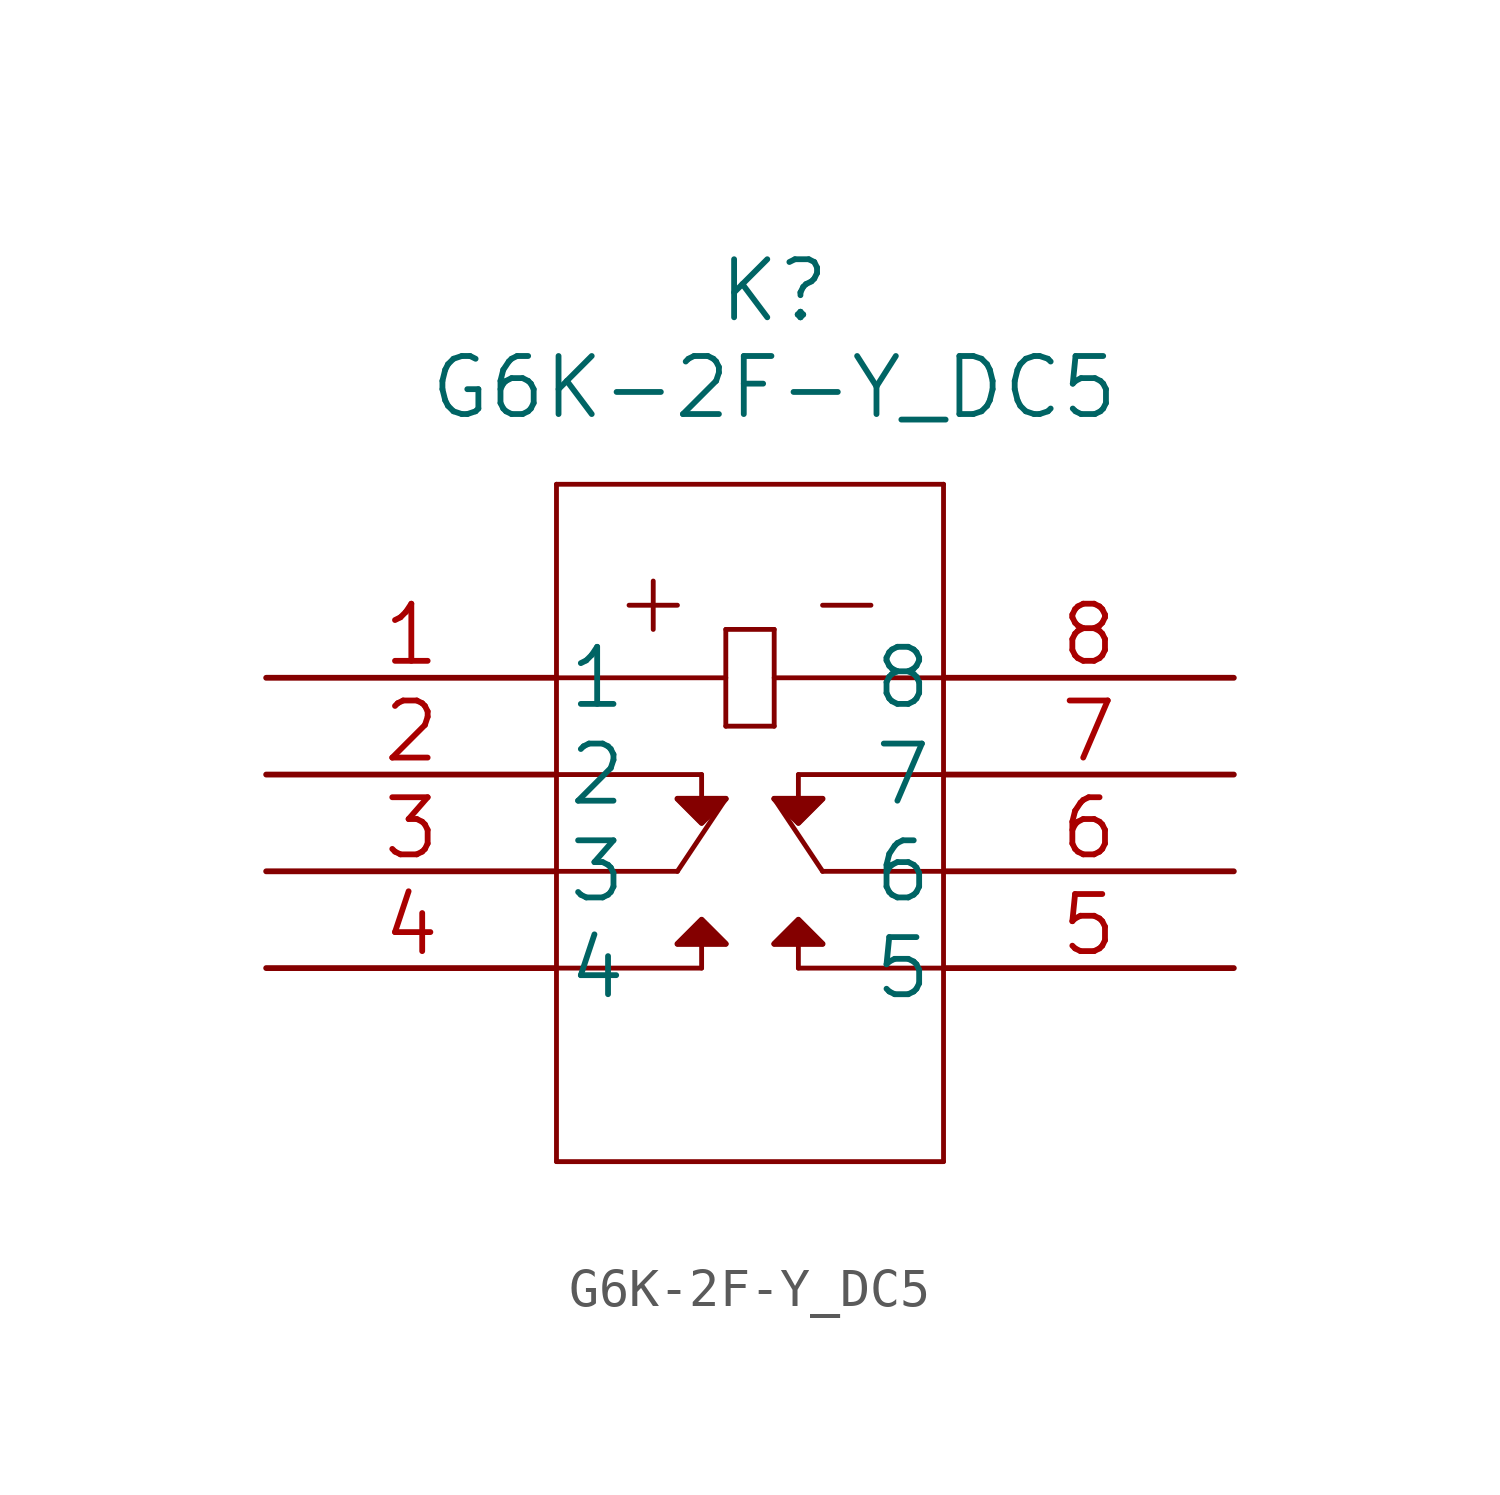
<source format=kicad_sym>
(kicad_symbol_lib
  (version 20241209)
  (generator "kicad_symbol_editor")
  (generator_version "9.0")
  (symbol "G6K-2F-Y_DC5"
    (pin_names
      (offset 0.254))
    (property "Reference" "K"
      (at 13.335 10.16 0)
      (effects (font (size 1.524 1.524))))
    (property "Value" "G6K-2F-Y_DC5"
      (at 13.335 7.62 0)
      (effects (font (size 1.524 1.524))))
    (property "Datasheet" ""
      (at 0 0 0)
      (effects (font (size 1.524 1.524))))
    (symbol "G6K-2F-Y_DC5_1_1"
      (polyline (pts (xy 7.62 5.08) (xy 7.62 -12.7)) (stroke (width 0.127) (type default)) (fill (type none)))
      (polyline (pts (xy 7.62 0) (xy 12.065 0)) (stroke (width 0.127) (type default)) (fill (type none)))
      (polyline (pts (xy 7.62 -2.54) (xy 11.43 -2.54)) (stroke (width 0.127) (type default)) (fill (type none)))
      (polyline (pts (xy 7.62 -5.08) (xy 10.795 -5.08)) (stroke (width 0.127) (type default)) (fill (type none)))
      (polyline (pts (xy 7.62 -7.62) (xy 11.43 -7.62)) (stroke (width 0.127) (type default)) (fill (type none)))
      (polyline (pts (xy 7.62 -12.7) (xy 17.78 -12.7)) (stroke (width 0.127) (type default)) (fill (type none)))
      (polyline (pts (xy 9.525 1.905) (xy 10.795 1.905)) (stroke (width 0.127) (type default)) (fill (type none)))
      (polyline (pts (xy 10.16 2.54) (xy 10.16 1.27)) (stroke (width 0.127) (type default)) (fill (type none)))
      (polyline (pts (xy 10.795 -3.175) (xy 12.065 -3.175)) (stroke (width 0.127) (type default)) (fill (type none)))
      (polyline (pts (xy 10.795 -3.175) (xy 11.43 -3.81)) (stroke (width 0.127) (type default)) (fill (type none)))
      (polyline (pts (xy 10.795 -3.175) (xy 12.065 -3.175) (xy 11.43 -3.81) (xy 10.795 -3.175)) (stroke (width 0) (type default)) (fill (type outline)))
      (polyline (pts (xy 10.795 -6.985) (xy 11.43 -6.35) (xy 12.065 -6.985) (xy 10.795 -6.985)) (stroke (width 0) (type default)) (fill (type outline)))
      (polyline (pts (xy 10.795 -6.985) (xy 11.43 -6.35)) (stroke (width 0.127) (type default)) (fill (type none)))
      (polyline (pts (xy 10.795 -6.985) (xy 12.065 -6.985)) (stroke (width 0.127) (type default)) (fill (type none)))
      (polyline (pts (xy 11.43 -2.54) (xy 11.43 -3.175)) (stroke (width 0.127) (type default)) (fill (type none)))
      (polyline (pts (xy 11.43 -6.35) (xy 12.065 -6.985)) (stroke (width 0.127) (type default)) (fill (type none)))
      (polyline (pts (xy 11.43 -7.62) (xy 11.43 -6.985)) (stroke (width 0.127) (type default)) (fill (type none)))
      (polyline (pts (xy 12.065 1.27) (xy 12.065 -1.27)) (stroke (width 0.127) (type default)) (fill (type none)))
      (polyline (pts (xy 12.065 1.27) (xy 13.335 1.27)) (stroke (width 0.127) (type default)) (fill (type none)))
      (polyline (pts (xy 12.065 -1.27) (xy 13.335 -1.27)) (stroke (width 0.127) (type default)) (fill (type none)))
      (polyline (pts (xy 12.065 -3.175) (xy 11.43 -3.81)) (stroke (width 0.127) (type default)) (fill (type none)))
      (polyline (pts (xy 12.065 -3.175) (xy 10.795 -5.08)) (stroke (width 0.127) (type default)) (fill (type none)))
      (polyline (pts (xy 13.335 1.27) (xy 13.335 -1.27)) (stroke (width 0.127) (type default)) (fill (type none)))
      (polyline (pts (xy 13.335 -3.175) (xy 13.97 -3.81)) (stroke (width 0.127) (type default)) (fill (type none)))
      (polyline (pts (xy 13.335 -3.175) (xy 14.605 -3.175)) (stroke (width 0.127) (type default)) (fill (type none)))
      (polyline (pts (xy 13.335 -3.175) (xy 14.605 -3.175) (xy 13.97 -3.81) (xy 13.335 -3.175)) (stroke (width 0) (type default)) (fill (type outline)))
      (polyline (pts (xy 13.335 -6.985) (xy 13.97 -6.35)) (stroke (width 0.127) (type default)) (fill (type none)))
      (polyline (pts (xy 13.335 -6.985) (xy 14.605 -6.985)) (stroke (width 0.127) (type default)) (fill (type none)))
      (polyline (pts (xy 13.335 -6.985) (xy 13.97 -6.35) (xy 14.605 -6.985) (xy 13.335 -6.985)) (stroke (width 0) (type default)) (fill (type outline)))
      (polyline (pts (xy 13.97 -2.54) (xy 17.78 -2.54)) (stroke (width 0.127) (type default)) (fill (type none)))
      (polyline (pts (xy 13.97 -2.54) (xy 13.97 -3.175)) (stroke (width 0.127) (type default)) (fill (type none)))
      (polyline (pts (xy 13.97 -3.81) (xy 14.605 -3.175)) (stroke (width 0.127) (type default)) (fill (type none)))
      (polyline (pts (xy 13.97 -6.35) (xy 14.605 -6.985)) (stroke (width 0.127) (type default)) (fill (type none)))
      (polyline (pts (xy 13.97 -7.62) (xy 13.97 -6.985)) (stroke (width 0.127) (type default)) (fill (type none)))
      (polyline (pts (xy 13.97 -7.62) (xy 17.78 -7.62)) (stroke (width 0.127) (type default)) (fill (type none)))
      (polyline (pts (xy 14.605 1.905) (xy 15.875 1.905)) (stroke (width 0.127) (type default)) (fill (type none)))
      (polyline (pts (xy 14.605 -5.08) (xy 13.335 -3.175)) (stroke (width 0.127) (type default)) (fill (type none)))
      (polyline (pts (xy 17.78 5.08) (xy 7.62 5.08)) (stroke (width 0.127) (type default)) (fill (type none)))
      (polyline (pts (xy 17.78 0) (xy 13.335 0)) (stroke (width 0.127) (type default)) (fill (type none)))
      (polyline (pts (xy 17.78 -5.08) (xy 14.605 -5.08)) (stroke (width 0.127) (type default)) (fill (type none)))
      (polyline (pts (xy 17.78 -12.7) (xy 17.78 5.08)) (stroke (width 0.127) (type default)) (fill (type none)))
      (pin unspecified line (at 0 0 0) (length 7.62) (name "1" (effects (font (size 1.499 1.499)))) (number "1" (effects (font (size 1.499 1.499)))))
      (pin unspecified line (at 0 -2.54 0) (length 7.62) (name "2" (effects (font (size 1.499 1.499)))) (number "2" (effects (font (size 1.499 1.499)))))
      (pin unspecified line (at 0 -5.08 0) (length 7.62) (name "3" (effects (font (size 1.499 1.499)))) (number "3" (effects (font (size 1.499 1.499)))))
      (pin unspecified line (at 0 -7.62 0) (length 7.62) (name "4" (effects (font (size 1.499 1.499)))) (number "4" (effects (font (size 1.499 1.499)))))
      (pin unspecified line (at 25.4 0 180) (length 7.62) (name "8" (effects (font (size 1.499 1.499)))) (number "8" (effects (font (size 1.499 1.499)))))
      (pin unspecified line (at 25.4 -2.54 180) (length 7.62) (name "7" (effects (font (size 1.499 1.499)))) (number "7" (effects (font (size 1.499 1.499)))))
      (pin unspecified line (at 25.4 -5.08 180) (length 7.62) (name "6" (effects (font (size 1.499 1.499)))) (number "6" (effects (font (size 1.499 1.499)))))
      (pin unspecified line (at 25.4 -7.62 180) (length 7.62) (name "5" (effects (font (size 1.499 1.499)))) (number "5" (effects (font (size 1.499 1.499))))))))
</source>
